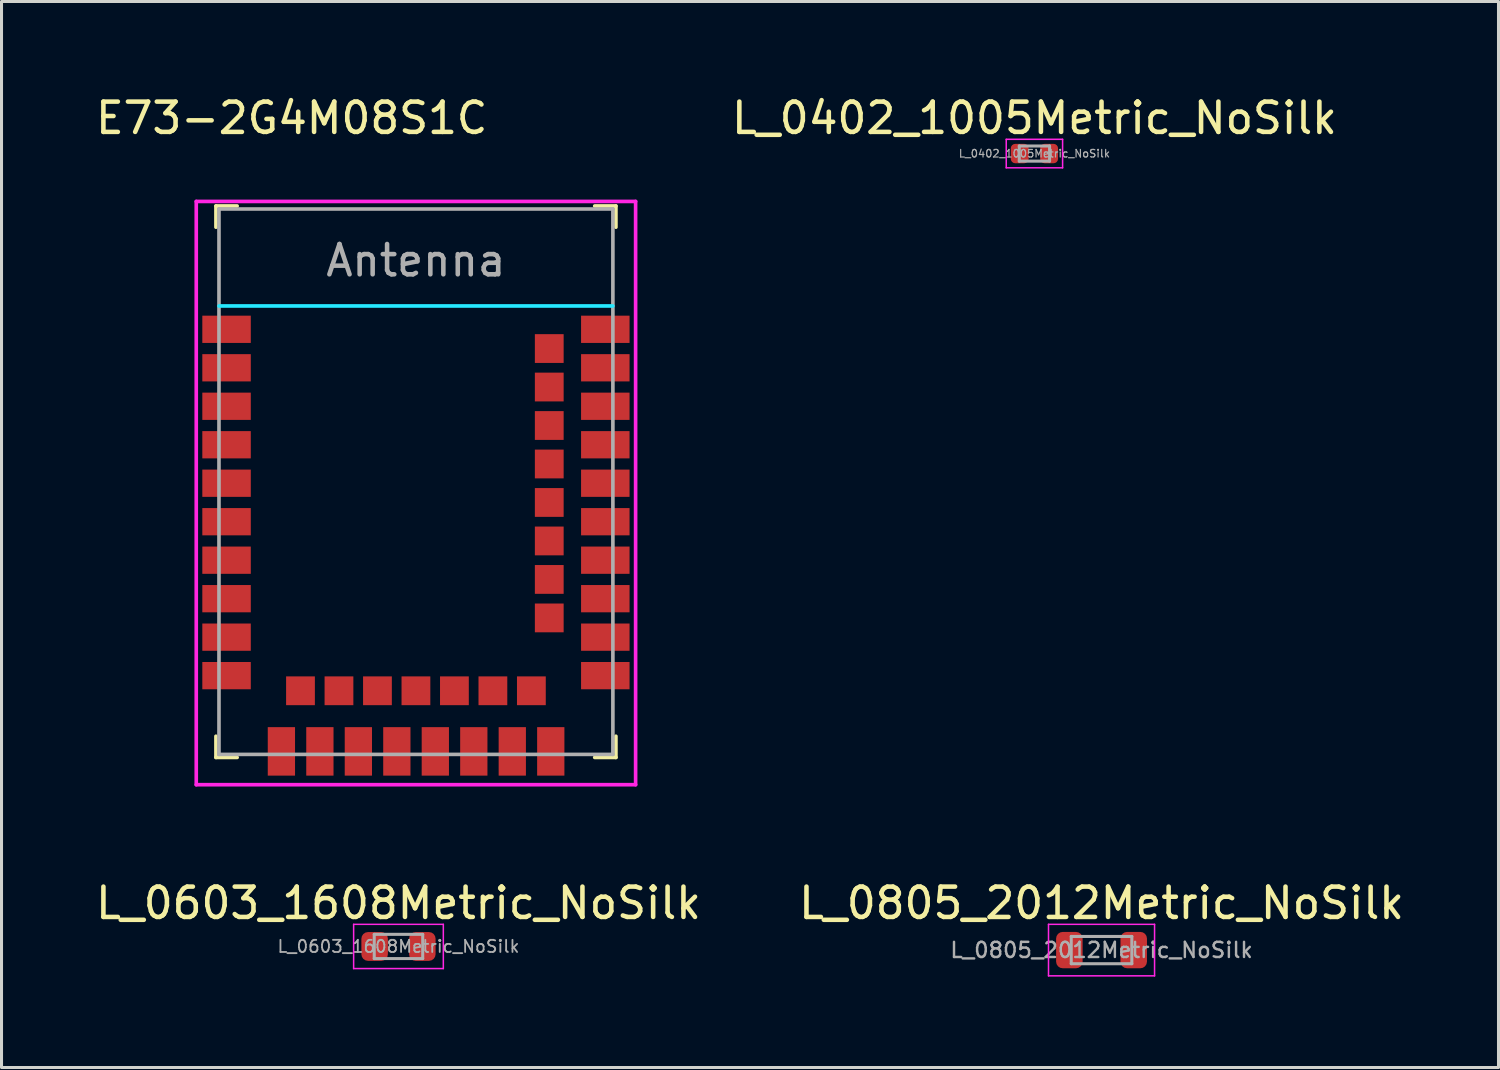
<source format=kicad_pcb>
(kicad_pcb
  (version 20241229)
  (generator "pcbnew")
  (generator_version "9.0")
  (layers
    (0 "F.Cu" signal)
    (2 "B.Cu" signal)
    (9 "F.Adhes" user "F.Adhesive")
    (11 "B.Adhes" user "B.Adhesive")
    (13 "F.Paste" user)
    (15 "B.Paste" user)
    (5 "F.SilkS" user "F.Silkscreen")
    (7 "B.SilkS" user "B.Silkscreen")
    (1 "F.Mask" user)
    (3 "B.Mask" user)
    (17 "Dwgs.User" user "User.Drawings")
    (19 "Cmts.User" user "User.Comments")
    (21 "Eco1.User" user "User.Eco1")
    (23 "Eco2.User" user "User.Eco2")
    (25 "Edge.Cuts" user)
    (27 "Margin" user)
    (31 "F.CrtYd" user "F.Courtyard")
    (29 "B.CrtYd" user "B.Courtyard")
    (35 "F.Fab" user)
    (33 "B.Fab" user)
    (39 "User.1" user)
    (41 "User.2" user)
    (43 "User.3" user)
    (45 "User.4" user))
  (footprint "L_0805_2012Metric_NoSilk"
    (layer "F.Cu")
    (at 33.304 28.306)
    (property "Reference" "L_0805_2012Metric_NoSilk" (at 0 -1.55 0) (layer "F.SilkS") (effects (font (size 1 1) (thickness 0.15))))
    (attr smd)
    (fp_line (start -1.75 -0.85) (end 1.75 -0.85) (stroke (width 0.05) (type solid)) (layer "F.CrtYd"))
    (fp_line (start -1.75 0.85) (end -1.75 -0.85) (stroke (width 0.05) (type solid)) (layer "F.CrtYd"))
    (fp_line (start 1.75 -0.85) (end 1.75 0.85) (stroke (width 0.05) (type solid)) (layer "F.CrtYd"))
    (fp_line (start 1.75 0.85) (end -1.75 0.85) (stroke (width 0.05) (type solid)) (layer "F.CrtYd"))
    (fp_line (start -1 -0.45) (end 1 -0.45) (stroke (width 0.1) (type solid)) (layer "F.Fab"))
    (fp_line (start -1 0.45) (end -1 -0.45) (stroke (width 0.1) (type solid)) (layer "F.Fab"))
    (fp_line (start 1 -0.45) (end 1 0.45) (stroke (width 0.1) (type solid)) (layer "F.Fab"))
    (fp_line (start 1 0.45) (end -1 0.45) (stroke (width 0.1) (type solid)) (layer "F.Fab"))
    (fp_text user "${REFERENCE}" (at 0 0 0) (layer "F.Fab") (effects (font (size 0.5 0.5) (thickness 0.08))))
    (pad "1" smd roundrect (at -1.062 0) (size 0.875 1.2) (layers "F.Cu" "F.Mask" "F.Paste") (roundrect_rratio 0.25))
    (pad "2" smd roundrect (at 1.062 0) (size 0.875 1.2) (layers "F.Cu" "F.Mask" "F.Paste") (roundrect_rratio 0.25)))
  (footprint "E73-2G4M08S1C"
    (layer "F.Cu")
    (at 10.677 12.848)
    (property "Reference" "E73-2G4M08S1C" (at -4.1 -12 180) (layer "F.SilkS") (effects (font (size 1 1) (thickness 0.15))))
    (attr through_hole)
    (fp_line (start -6.6 -9.1) (end -6.6 -8.4) (stroke (width 0.12) (type solid)) (layer "F.SilkS"))
    (fp_line (start -6.6 8.4) (end -6.6 9.1) (stroke (width 0.12) (type solid)) (layer "F.SilkS"))
    (fp_line (start -6.6 9.1) (end -5.9 9.1) (stroke (width 0.12) (type solid)) (layer "F.SilkS"))
    (fp_line (start -5.9 -9.1) (end -6.6 -9.1) (stroke (width 0.12) (type solid)) (layer "F.SilkS"))
    (fp_line (start 5.9 9.1) (end 6.6 9.1) (stroke (width 0.12) (type solid)) (layer "F.SilkS"))
    (fp_line (start 6.6 -9.1) (end 5.9 -9.1) (stroke (width 0.12) (type solid)) (layer "F.SilkS"))
    (fp_line (start 6.6 -8.4) (end 6.6 -9.1) (stroke (width 0.12) (type solid)) (layer "F.SilkS"))
    (fp_line (start 6.6 9.1) (end 6.6 8.4) (stroke (width 0.12) (type solid)) (layer "F.SilkS"))
    (fp_line (start 6.5 -5.8) (end -6.5 -5.8) (stroke (width 0.12) (type solid)) (layer "B.CrtYd"))
    (fp_line (start -7.25 -9.25) (end -7.25 10) (stroke (width 0.12) (type solid)) (layer "F.CrtYd"))
    (fp_line (start -7.25 10) (end 7.25 10) (stroke (width 0.12) (type solid)) (layer "F.CrtYd"))
    (fp_line (start 7.25 -9.25) (end -7.25 -9.25) (stroke (width 0.12) (type solid)) (layer "F.CrtYd"))
    (fp_line (start 7.25 10) (end 7.25 -9.25) (stroke (width 0.12) (type solid)) (layer "F.CrtYd"))
    (fp_line (start -6.5 -9) (end -6.5 9) (stroke (width 0.12) (type solid)) (layer "F.Fab"))
    (fp_line (start -6.5 9) (end 6.5 9) (stroke (width 0.12) (type solid)) (layer "F.Fab"))
    (fp_line (start 6.5 -9) (end -6.5 -9) (stroke (width 0.12) (type solid)) (layer "F.Fab"))
    (fp_line (start 6.5 9) (end 6.5 -9) (stroke (width 0.12) (type solid)) (layer "F.Fab"))
    (fp_text user "Antenna" (at 0 -7.3 180) (layer "F.Fab") (effects (font (size 1 1) (thickness 0.15))))
    (pad "1" smd rect (at -6.25 -5.03) (size 1.6 0.9) (layers "F.Cu" "F.Mask" "F.Paste"))
    (pad "2" smd rect (at -6.25 -3.76) (size 1.6 0.9) (layers "F.Cu" "F.Mask" "F.Paste"))
    (pad "3" smd rect (at -6.25 -2.49) (size 1.6 0.9) (layers "F.Cu" "F.Mask" "F.Paste"))
    (pad "4" smd rect (at -6.25 -1.22) (size 1.6 0.9) (layers "F.Cu" "F.Mask" "F.Paste"))
    (pad "5" smd rect (at -6.25 0.05) (size 1.6 0.9) (layers "F.Cu" "F.Mask" "F.Paste"))
    (pad "6" smd rect (at -6.25 1.32) (size 1.6 0.9) (layers "F.Cu" "F.Mask" "F.Paste"))
    (pad "7" smd rect (at -6.25 2.59) (size 1.6 0.9) (layers "F.Cu" "F.Mask" "F.Paste"))
    (pad "8" smd rect (at -6.25 3.86) (size 1.6 0.9) (layers "F.Cu" "F.Mask" "F.Paste"))
    (pad "9" smd rect (at -6.25 5.13) (size 1.6 0.9) (layers "F.Cu" "F.Mask" "F.Paste"))
    (pad "10" smd rect (at -6.25 6.4) (size 1.6 0.9) (layers "F.Cu" "F.Mask" "F.Paste"))
    (pad "11" smd rect (at -4.44 8.9 90) (size 1.6 0.9) (layers "F.Cu" "F.Mask" "F.Paste"))
    (pad "12" smd rect (at -3.81 6.9) (size 0.95 0.95) (layers "F.Cu" "F.Mask" "F.Paste"))
    (pad "13" smd rect (at -3.17 8.9 90) (size 1.6 0.9) (layers "F.Cu" "F.Mask" "F.Paste"))
    (pad "14" smd rect (at -2.54 6.9) (size 0.95 0.95) (layers "F.Cu" "F.Mask" "F.Paste"))
    (pad "15" smd rect (at -1.9 8.9 90) (size 1.6 0.9) (layers "F.Cu" "F.Mask" "F.Paste"))
    (pad "16" smd rect (at -1.27 6.9) (size 0.95 0.95) (layers "F.Cu" "F.Mask" "F.Paste"))
    (pad "17" smd rect (at -0.63 8.9 90) (size 1.6 0.9) (layers "F.Cu" "F.Mask" "F.Paste"))
    (pad "18" smd rect (at 0 6.9) (size 0.95 0.95) (layers "F.Cu" "F.Mask" "F.Paste"))
    (pad "19" smd rect (at 0.64 8.9 90) (size 1.6 0.9) (layers "F.Cu" "F.Mask" "F.Paste"))
    (pad "20" smd rect (at 1.27 6.9) (size 0.95 0.95) (layers "F.Cu" "F.Mask" "F.Paste"))
    (pad "21" smd rect (at 1.91 8.9 90) (size 1.6 0.9) (layers "F.Cu" "F.Mask" "F.Paste"))
    (pad "22" smd rect (at 2.54 6.9) (size 0.95 0.95) (layers "F.Cu" "F.Mask" "F.Paste"))
    (pad "23" smd rect (at 3.18 8.9 90) (size 1.6 0.9) (layers "F.Cu" "F.Mask" "F.Paste"))
    (pad "24" smd rect (at 3.81 6.9) (size 0.95 0.95) (layers "F.Cu" "F.Mask" "F.Paste"))
    (pad "25" smd rect (at 4.45 8.9 90) (size 1.6 0.9) (layers "F.Cu" "F.Mask" "F.Paste"))
    (pad "26" smd rect (at 6.25 6.4) (size 1.6 0.9) (layers "F.Cu" "F.Mask" "F.Paste"))
    (pad "27" smd rect (at 6.25 5.13) (size 1.6 0.9) (layers "F.Cu" "F.Mask" "F.Paste"))
    (pad "28" smd rect (at 4.4 4.495) (size 0.95 0.95) (layers "F.Cu" "F.Mask" "F.Paste"))
    (pad "29" smd rect (at 6.25 3.86) (size 1.6 0.9) (layers "F.Cu" "F.Mask" "F.Paste"))
    (pad "30" smd rect (at 4.4 3.225) (size 0.95 0.95) (layers "F.Cu" "F.Mask" "F.Paste"))
    (pad "31" smd rect (at 6.25 2.59) (size 1.6 0.9) (layers "F.Cu" "F.Mask" "F.Paste"))
    (pad "32" smd rect (at 4.4 1.955) (size 0.95 0.95) (layers "F.Cu" "F.Mask" "F.Paste"))
    (pad "33" smd rect (at 6.25 1.32) (size 1.6 0.9) (layers "F.Cu" "F.Mask" "F.Paste"))
    (pad "34" smd rect (at 4.4 0.685) (size 0.95 0.95) (layers "F.Cu" "F.Mask" "F.Paste"))
    (pad "35" smd rect (at 6.25 0.05) (size 1.6 0.9) (layers "F.Cu" "F.Mask" "F.Paste"))
    (pad "36" smd rect (at 4.4 -0.585) (size 0.95 0.95) (layers "F.Cu" "F.Mask" "F.Paste"))
    (pad "37" smd rect (at 6.25 -1.22) (size 1.6 0.9) (layers "F.Cu" "F.Mask" "F.Paste"))
    (pad "38" smd rect (at 4.4 -1.855) (size 0.95 0.95) (layers "F.Cu" "F.Mask" "F.Paste"))
    (pad "39" smd rect (at 6.25 -2.49) (size 1.6 0.9) (layers "F.Cu" "F.Mask" "F.Paste"))
    (pad "40" smd rect (at 4.4 -3.125) (size 0.95 0.95) (layers "F.Cu" "F.Mask" "F.Paste"))
    (pad "41" smd rect (at 6.25 -3.76) (size 1.6 0.9) (layers "F.Cu" "F.Mask" "F.Paste"))
    (pad "42" smd rect (at 4.4 -4.395) (size 0.95 0.95) (layers "F.Cu" "F.Mask" "F.Paste"))
    (pad "43" smd rect (at 6.25 -5.03) (size 1.6 0.9) (layers "F.Cu" "F.Mask" "F.Paste")))
  (footprint "L_0603_1608Metric_NoSilk"
    (layer "F.Cu")
    (at 10.101 28.186)
    (property "Reference" "L_0603_1608Metric_NoSilk" (at 0 -1.43 0) (layer "F.SilkS") (effects (font (size 1 1) (thickness 0.15))))
    (attr smd)
    (fp_line (start -1.48 -0.73) (end 1.48 -0.73) (stroke (width 0.05) (type solid)) (layer "F.CrtYd"))
    (fp_line (start -1.48 0.73) (end -1.48 -0.73) (stroke (width 0.05) (type solid)) (layer "F.CrtYd"))
    (fp_line (start 1.48 -0.73) (end 1.48 0.73) (stroke (width 0.05) (type solid)) (layer "F.CrtYd"))
    (fp_line (start 1.48 0.73) (end -1.48 0.73) (stroke (width 0.05) (type solid)) (layer "F.CrtYd"))
    (fp_line (start -0.8 -0.4) (end 0.8 -0.4) (stroke (width 0.1) (type solid)) (layer "F.Fab"))
    (fp_line (start -0.8 0.4) (end -0.8 -0.4) (stroke (width 0.1) (type solid)) (layer "F.Fab"))
    (fp_line (start 0.8 -0.4) (end 0.8 0.4) (stroke (width 0.1) (type solid)) (layer "F.Fab"))
    (fp_line (start 0.8 0.4) (end -0.8 0.4) (stroke (width 0.1) (type solid)) (layer "F.Fab"))
    (fp_text user "${REFERENCE}" (at 0 0 0) (layer "F.Fab") (effects (font (size 0.4 0.4) (thickness 0.06))))
    (pad "1" smd roundrect (at -0.787 0) (size 0.875 0.95) (layers "F.Cu" "F.Mask" "F.Paste") (roundrect_rratio 0.25))
    (pad "2" smd roundrect (at 0.787 0) (size 0.875 0.95) (layers "F.Cu" "F.Mask" "F.Paste") (roundrect_rratio 0.25)))
  (footprint "L_0402_1005Metric_NoSilk"
    (layer "F.Cu")
    (at 31.089 2.018)
    (property "Reference" "L_0402_1005Metric_NoSilk" (at 0 -1.17 0) (layer "F.SilkS") (effects (font (size 1 1) (thickness 0.15))))
    (attr smd)
    (fp_line (start -0.93 -0.47) (end 0.93 -0.47) (stroke (width 0.05) (type solid)) (layer "F.CrtYd"))
    (fp_line (start -0.93 0.47) (end -0.93 -0.47) (stroke (width 0.05) (type solid)) (layer "F.CrtYd"))
    (fp_line (start 0.93 -0.47) (end 0.93 0.47) (stroke (width 0.05) (type solid)) (layer "F.CrtYd"))
    (fp_line (start 0.93 0.47) (end -0.93 0.47) (stroke (width 0.05) (type solid)) (layer "F.CrtYd"))
    (fp_line (start -0.5 -0.25) (end 0.5 -0.25) (stroke (width 0.1) (type solid)) (layer "F.Fab"))
    (fp_line (start -0.5 0.25) (end -0.5 -0.25) (stroke (width 0.1) (type solid)) (layer "F.Fab"))
    (fp_line (start 0.5 -0.25) (end 0.5 0.25) (stroke (width 0.1) (type solid)) (layer "F.Fab"))
    (fp_line (start 0.5 0.25) (end -0.5 0.25) (stroke (width 0.1) (type solid)) (layer "F.Fab"))
    (fp_text user "${REFERENCE}" (at 0 0 0) (layer "F.Fab") (effects (font (size 0.25 0.25) (thickness 0.04))))
    (pad "1" smd roundrect (at -0.485 0) (size 0.59 0.64) (layers "F.Cu" "F.Mask" "F.Paste") (roundrect_rratio 0.25))
    (pad "2" smd roundrect (at 0.485 0) (size 0.59 0.64) (layers "F.Cu" "F.Mask" "F.Paste") (roundrect_rratio 0.25)))
  (gr_rect
    (start -3 -3)
    (end 46.405 32.181)
    (stroke (width 0.1) (type default))
    (fill no)
    (layer "Edge.Cuts")))
</source>
